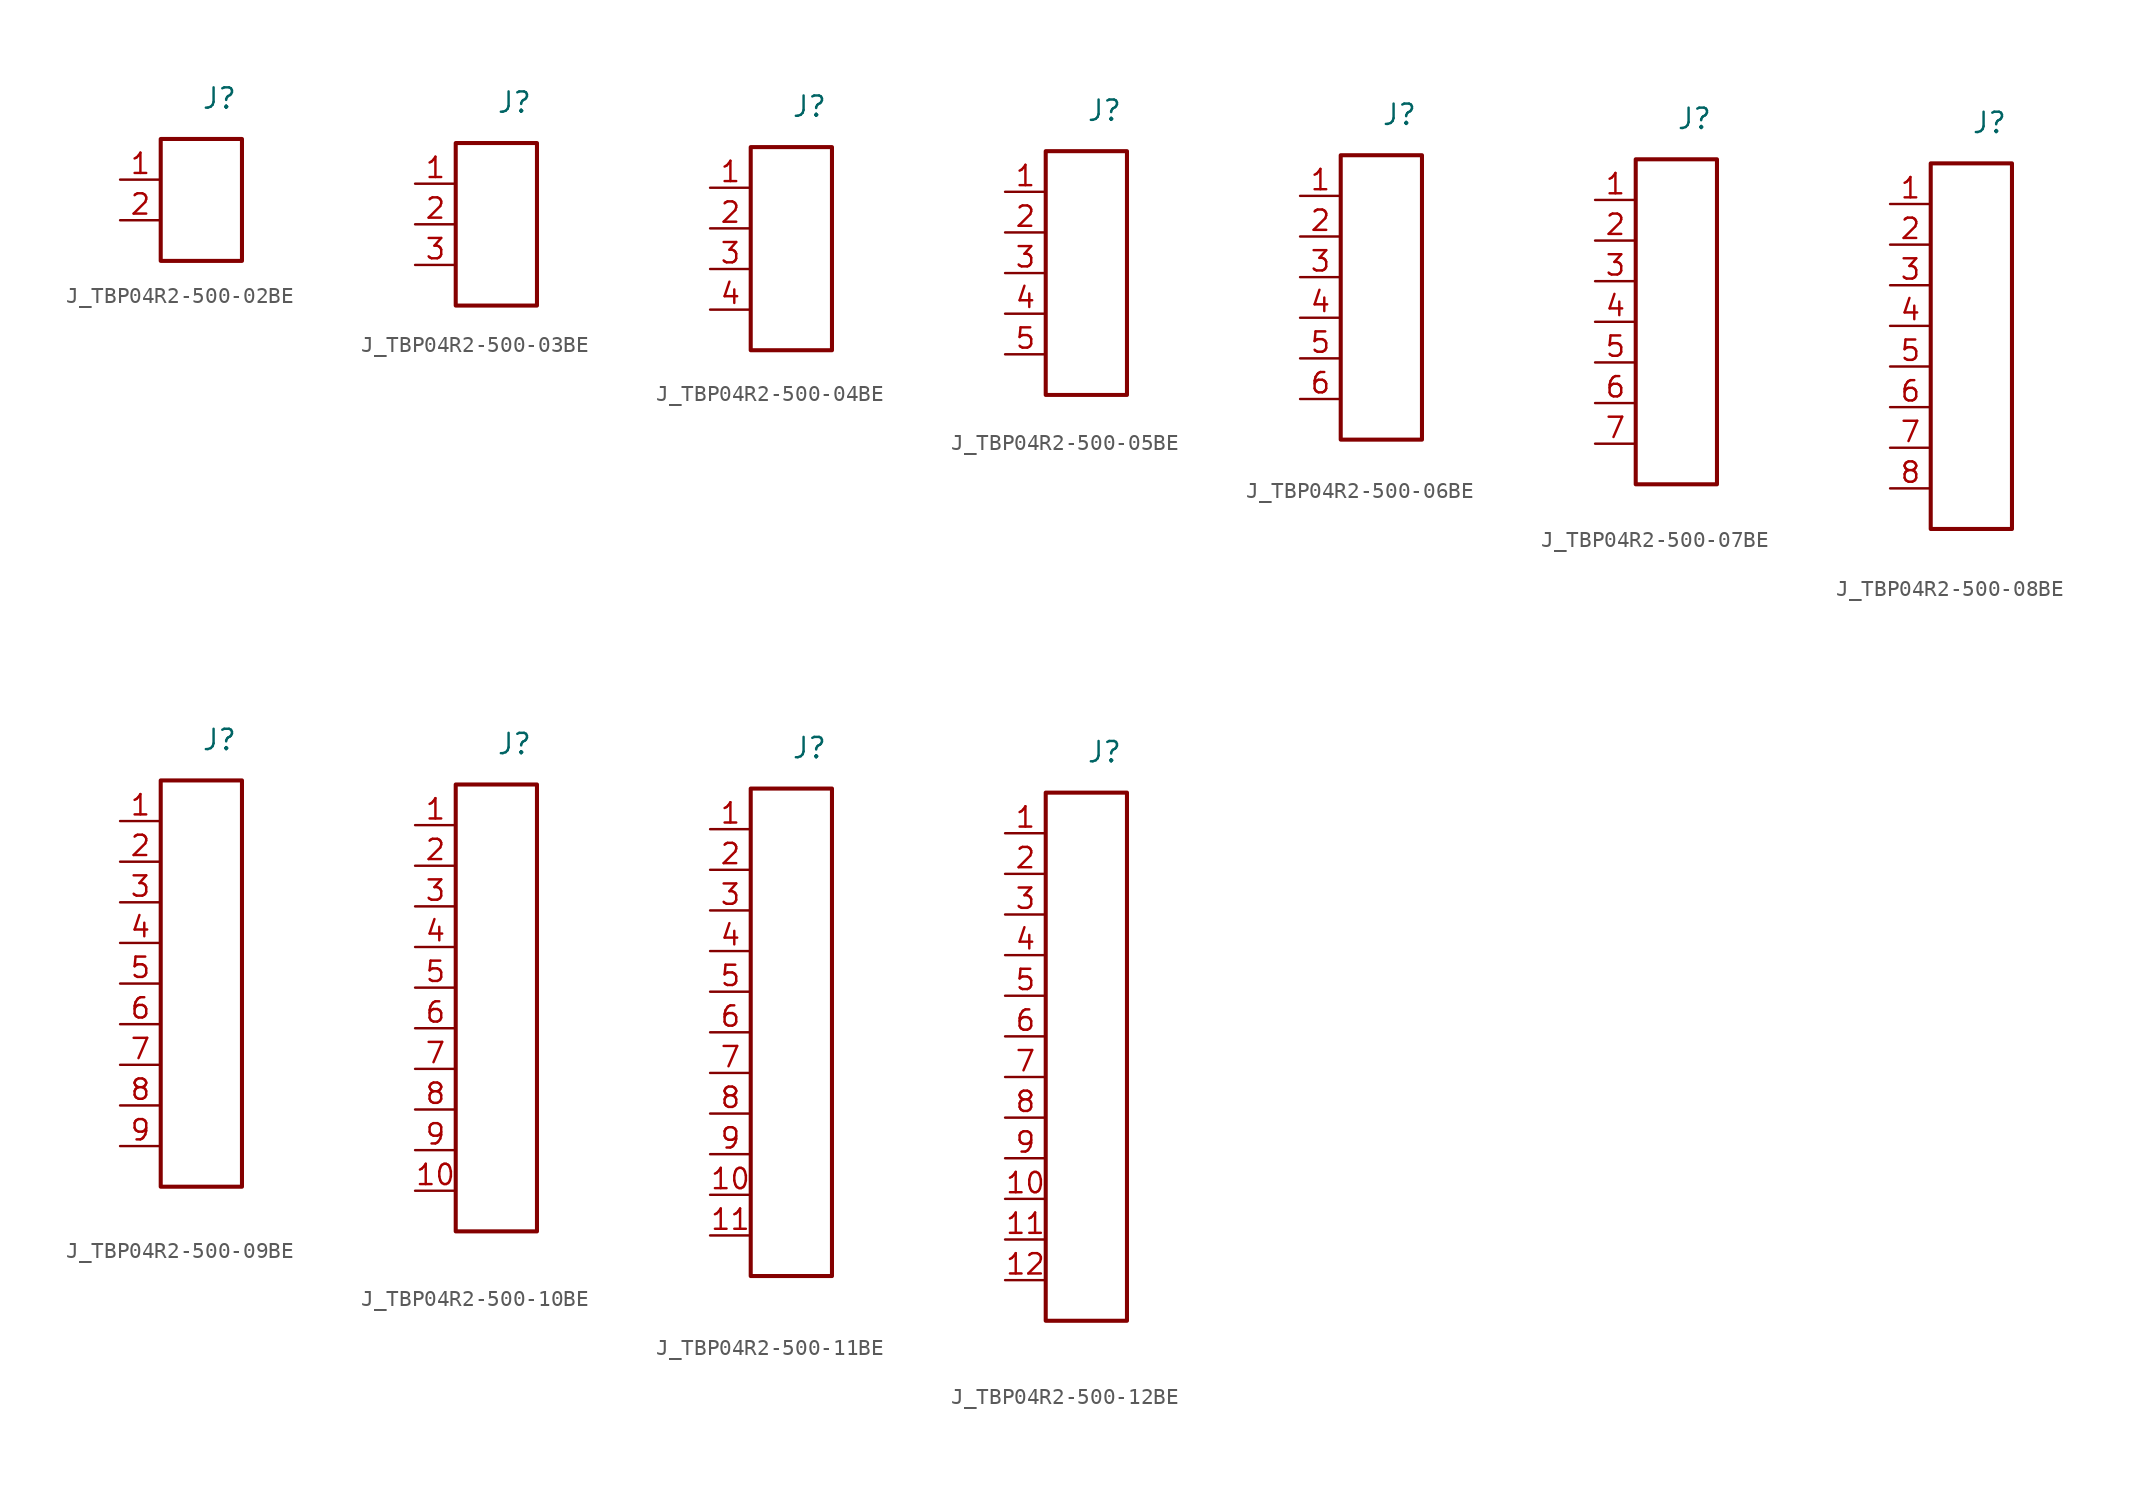
<source format=kicad_sym>
(kicad_symbol_lib
  (version 20231120)
  (generator kicad_symbol_editor)
  (generator_version 8.0)
  (symbol "J_TBP04R2-500-02BE"
    (pin_names
      (offset 0.254))
    (property "Reference" "J"
      (at 0 6.35 0)
      (effects (font (size 1.27 1.27)) (justify left)))
    (symbol "J_TBP04R2-500-02BE_0_0"
      (pin unspecified line (at -5.08 1.27 0) (length 2.54) (name "" (effects (font (size 1.27 1.27)))) (number "1" (effects (font (size 1.27 1.27)))))
      (pin unspecified line (at -5.08 -1.27 0) (length 2.54) (name "" (effects (font (size 1.27 1.27)))) (number "2" (effects (font (size 1.27 1.27))))))
    (symbol "J_TBP04R2-500-02BE_1_0"
      (rectangle (start -2.54 3.81) (end 2.54 -3.81) (stroke (width 0.254) (type solid)) (fill (type none)))))
  (symbol "J_TBP04R2-500-03BE"
    (pin_names
      (offset 0.254))
    (property "Reference" "J"
      (at 0 7.62 0)
      (effects (font (size 1.27 1.27)) (justify left)))
    (symbol "J_TBP04R2-500-03BE_0_0"
      (pin unspecified line (at -5.08 2.54 0) (length 2.54) (name "" (effects (font (size 1.27 1.27)))) (number "1" (effects (font (size 1.27 1.27)))))
      (pin unspecified line (at -5.08 0.0 0) (length 2.54) (name "" (effects (font (size 1.27 1.27)))) (number "2" (effects (font (size 1.27 1.27)))))
      (pin unspecified line (at -5.08 -2.54 0) (length 2.54) (name "" (effects (font (size 1.27 1.27)))) (number "3" (effects (font (size 1.27 1.27))))))
    (symbol "J_TBP04R2-500-03BE_1_0"
      (rectangle (start -2.54 5.08) (end 2.54 -5.08) (stroke (width 0.254) (type solid)) (fill (type none)))))
  (symbol "J_TBP04R2-500-04BE"
    (pin_names
      (offset 0.254))
    (property "Reference" "J"
      (at 0 8.89 0)
      (effects (font (size 1.27 1.27)) (justify left)))
    (symbol "J_TBP04R2-500-04BE_0_0"
      (pin unspecified line (at -5.08 3.81 0) (length 2.54) (name "" (effects (font (size 1.27 1.27)))) (number "1" (effects (font (size 1.27 1.27)))))
      (pin unspecified line (at -5.08 1.27 0) (length 2.54) (name "" (effects (font (size 1.27 1.27)))) (number "2" (effects (font (size 1.27 1.27)))))
      (pin unspecified line (at -5.08 -1.27 0) (length 2.54) (name "" (effects (font (size 1.27 1.27)))) (number "3" (effects (font (size 1.27 1.27)))))
      (pin unspecified line (at -5.08 -3.81 0) (length 2.54) (name "" (effects (font (size 1.27 1.27)))) (number "4" (effects (font (size 1.27 1.27))))))
    (symbol "J_TBP04R2-500-04BE_1_0"
      (rectangle (start -2.54 6.35) (end 2.54 -6.35) (stroke (width 0.254) (type solid)) (fill (type none)))))
  (symbol "J_TBP04R2-500-05BE"
    (pin_names
      (offset 0.254))
    (property "Reference" "J"
      (at 0 10.16 0)
      (effects (font (size 1.27 1.27)) (justify left)))
    (symbol "J_TBP04R2-500-05BE_0_0"
      (pin unspecified line (at -5.08 5.08 0) (length 2.54) (name "" (effects (font (size 1.27 1.27)))) (number "1" (effects (font (size 1.27 1.27)))))
      (pin unspecified line (at -5.08 2.54 0) (length 2.54) (name "" (effects (font (size 1.27 1.27)))) (number "2" (effects (font (size 1.27 1.27)))))
      (pin unspecified line (at -5.08 0.0 0) (length 2.54) (name "" (effects (font (size 1.27 1.27)))) (number "3" (effects (font (size 1.27 1.27)))))
      (pin unspecified line (at -5.08 -2.54 0) (length 2.54) (name "" (effects (font (size 1.27 1.27)))) (number "4" (effects (font (size 1.27 1.27)))))
      (pin unspecified line (at -5.08 -5.08 0) (length 2.54) (name "" (effects (font (size 1.27 1.27)))) (number "5" (effects (font (size 1.27 1.27))))))
    (symbol "J_TBP04R2-500-05BE_1_0"
      (rectangle (start -2.54 7.62) (end 2.54 -7.62) (stroke (width 0.254) (type solid)) (fill (type none)))))
  (symbol "J_TBP04R2-500-06BE"
    (pin_names
      (offset 0.254))
    (property "Reference" "J"
      (at 0 11.43 0)
      (effects (font (size 1.27 1.27)) (justify left)))
    (symbol "J_TBP04R2-500-06BE_0_0"
      (pin unspecified line (at -5.08 6.35 0) (length 2.54) (name "" (effects (font (size 1.27 1.27)))) (number "1" (effects (font (size 1.27 1.27)))))
      (pin unspecified line (at -5.08 3.81 0) (length 2.54) (name "" (effects (font (size 1.27 1.27)))) (number "2" (effects (font (size 1.27 1.27)))))
      (pin unspecified line (at -5.08 1.27 0) (length 2.54) (name "" (effects (font (size 1.27 1.27)))) (number "3" (effects (font (size 1.27 1.27)))))
      (pin unspecified line (at -5.08 -1.27 0) (length 2.54) (name "" (effects (font (size 1.27 1.27)))) (number "4" (effects (font (size 1.27 1.27)))))
      (pin unspecified line (at -5.08 -3.81 0) (length 2.54) (name "" (effects (font (size 1.27 1.27)))) (number "5" (effects (font (size 1.27 1.27)))))
      (pin unspecified line (at -5.08 -6.35 0) (length 2.54) (name "" (effects (font (size 1.27 1.27)))) (number "6" (effects (font (size 1.27 1.27))))))
    (symbol "J_TBP04R2-500-06BE_1_0"
      (rectangle (start -2.54 8.89) (end 2.54 -8.89) (stroke (width 0.254) (type solid)) (fill (type none)))))
  (symbol "J_TBP04R2-500-07BE"
    (pin_names
      (offset 0.254))
    (property "Reference" "J"
      (at 0 12.7 0)
      (effects (font (size 1.27 1.27)) (justify left)))
    (symbol "J_TBP04R2-500-07BE_0_0"
      (pin unspecified line (at -5.08 7.62 0) (length 2.54) (name "" (effects (font (size 1.27 1.27)))) (number "1" (effects (font (size 1.27 1.27)))))
      (pin unspecified line (at -5.08 5.08 0) (length 2.54) (name "" (effects (font (size 1.27 1.27)))) (number "2" (effects (font (size 1.27 1.27)))))
      (pin unspecified line (at -5.08 2.54 0) (length 2.54) (name "" (effects (font (size 1.27 1.27)))) (number "3" (effects (font (size 1.27 1.27)))))
      (pin unspecified line (at -5.08 0.0 0) (length 2.54) (name "" (effects (font (size 1.27 1.27)))) (number "4" (effects (font (size 1.27 1.27)))))
      (pin unspecified line (at -5.08 -2.54 0) (length 2.54) (name "" (effects (font (size 1.27 1.27)))) (number "5" (effects (font (size 1.27 1.27)))))
      (pin unspecified line (at -5.08 -5.08 0) (length 2.54) (name "" (effects (font (size 1.27 1.27)))) (number "6" (effects (font (size 1.27 1.27)))))
      (pin unspecified line (at -5.08 -7.62 0) (length 2.54) (name "" (effects (font (size 1.27 1.27)))) (number "7" (effects (font (size 1.27 1.27))))))
    (symbol "J_TBP04R2-500-07BE_1_0"
      (rectangle (start -2.54 10.16) (end 2.54 -10.16) (stroke (width 0.254) (type solid)) (fill (type none)))))
  (symbol "J_TBP04R2-500-08BE"
    (pin_names
      (offset 0.254))
    (property "Reference" "J"
      (at 0 13.97 0)
      (effects (font (size 1.27 1.27)) (justify left)))
    (symbol "J_TBP04R2-500-08BE_0_0"
      (pin unspecified line (at -5.08 8.89 0) (length 2.54) (name "" (effects (font (size 1.27 1.27)))) (number "1" (effects (font (size 1.27 1.27)))))
      (pin unspecified line (at -5.08 6.35 0) (length 2.54) (name "" (effects (font (size 1.27 1.27)))) (number "2" (effects (font (size 1.27 1.27)))))
      (pin unspecified line (at -5.08 3.81 0) (length 2.54) (name "" (effects (font (size 1.27 1.27)))) (number "3" (effects (font (size 1.27 1.27)))))
      (pin unspecified line (at -5.08 1.27 0) (length 2.54) (name "" (effects (font (size 1.27 1.27)))) (number "4" (effects (font (size 1.27 1.27)))))
      (pin unspecified line (at -5.08 -1.27 0) (length 2.54) (name "" (effects (font (size 1.27 1.27)))) (number "5" (effects (font (size 1.27 1.27)))))
      (pin unspecified line (at -5.08 -3.81 0) (length 2.54) (name "" (effects (font (size 1.27 1.27)))) (number "6" (effects (font (size 1.27 1.27)))))
      (pin unspecified line (at -5.08 -6.35 0) (length 2.54) (name "" (effects (font (size 1.27 1.27)))) (number "7" (effects (font (size 1.27 1.27)))))
      (pin unspecified line (at -5.08 -8.89 0) (length 2.54) (name "" (effects (font (size 1.27 1.27)))) (number "8" (effects (font (size 1.27 1.27))))))
    (symbol "J_TBP04R2-500-08BE_1_0"
      (rectangle (start -2.54 11.43) (end 2.54 -11.43) (stroke (width 0.254) (type solid)) (fill (type none)))))
  (symbol "J_TBP04R2-500-09BE"
    (pin_names
      (offset 0.254))
    (property "Reference" "J"
      (at 0 15.24 0)
      (effects (font (size 1.27 1.27)) (justify left)))
    (symbol "J_TBP04R2-500-09BE_0_0"
      (pin unspecified line (at -5.08 10.16 0) (length 2.54) (name "" (effects (font (size 1.27 1.27)))) (number "1" (effects (font (size 1.27 1.27)))))
      (pin unspecified line (at -5.08 7.62 0) (length 2.54) (name "" (effects (font (size 1.27 1.27)))) (number "2" (effects (font (size 1.27 1.27)))))
      (pin unspecified line (at -5.08 5.08 0) (length 2.54) (name "" (effects (font (size 1.27 1.27)))) (number "3" (effects (font (size 1.27 1.27)))))
      (pin unspecified line (at -5.08 2.54 0) (length 2.54) (name "" (effects (font (size 1.27 1.27)))) (number "4" (effects (font (size 1.27 1.27)))))
      (pin unspecified line (at -5.08 0.0 0) (length 2.54) (name "" (effects (font (size 1.27 1.27)))) (number "5" (effects (font (size 1.27 1.27)))))
      (pin unspecified line (at -5.08 -2.54 0) (length 2.54) (name "" (effects (font (size 1.27 1.27)))) (number "6" (effects (font (size 1.27 1.27)))))
      (pin unspecified line (at -5.08 -5.08 0) (length 2.54) (name "" (effects (font (size 1.27 1.27)))) (number "7" (effects (font (size 1.27 1.27)))))
      (pin unspecified line (at -5.08 -7.62 0) (length 2.54) (name "" (effects (font (size 1.27 1.27)))) (number "8" (effects (font (size 1.27 1.27)))))
      (pin unspecified line (at -5.08 -10.16 0) (length 2.54) (name "" (effects (font (size 1.27 1.27)))) (number "9" (effects (font (size 1.27 1.27))))))
    (symbol "J_TBP04R2-500-09BE_1_0"
      (rectangle (start -2.54 12.7) (end 2.54 -12.7) (stroke (width 0.254) (type solid)) (fill (type none)))))
  (symbol "J_TBP04R2-500-10BE"
    (pin_names
      (offset 0.254))
    (property "Reference" "J"
      (at 0 16.51 0)
      (effects (font (size 1.27 1.27)) (justify left)))
    (symbol "J_TBP04R2-500-10BE_0_0"
      (pin unspecified line (at -5.08 11.43 0) (length 2.54) (name "" (effects (font (size 1.27 1.27)))) (number "1" (effects (font (size 1.27 1.27)))))
      (pin unspecified line (at -5.08 8.89 0) (length 2.54) (name "" (effects (font (size 1.27 1.27)))) (number "2" (effects (font (size 1.27 1.27)))))
      (pin unspecified line (at -5.08 6.35 0) (length 2.54) (name "" (effects (font (size 1.27 1.27)))) (number "3" (effects (font (size 1.27 1.27)))))
      (pin unspecified line (at -5.08 3.81 0) (length 2.54) (name "" (effects (font (size 1.27 1.27)))) (number "4" (effects (font (size 1.27 1.27)))))
      (pin unspecified line (at -5.08 1.27 0) (length 2.54) (name "" (effects (font (size 1.27 1.27)))) (number "5" (effects (font (size 1.27 1.27)))))
      (pin unspecified line (at -5.08 -1.27 0) (length 2.54) (name "" (effects (font (size 1.27 1.27)))) (number "6" (effects (font (size 1.27 1.27)))))
      (pin unspecified line (at -5.08 -3.81 0) (length 2.54) (name "" (effects (font (size 1.27 1.27)))) (number "7" (effects (font (size 1.27 1.27)))))
      (pin unspecified line (at -5.08 -6.35 0) (length 2.54) (name "" (effects (font (size 1.27 1.27)))) (number "8" (effects (font (size 1.27 1.27)))))
      (pin unspecified line (at -5.08 -8.89 0) (length 2.54) (name "" (effects (font (size 1.27 1.27)))) (number "9" (effects (font (size 1.27 1.27)))))
      (pin unspecified line (at -5.08 -11.43 0) (length 2.54) (name "" (effects (font (size 1.27 1.27)))) (number "10" (effects (font (size 1.27 1.27))))))
    (symbol "J_TBP04R2-500-10BE_1_0"
      (rectangle (start -2.54 13.97) (end 2.54 -13.97) (stroke (width 0.254) (type solid)) (fill (type none)))))
  (symbol "J_TBP04R2-500-11BE"
    (pin_names
      (offset 0.254))
    (property "Reference" "J"
      (at 0 17.78 0)
      (effects (font (size 1.27 1.27)) (justify left)))
    (symbol "J_TBP04R2-500-11BE_0_0"
      (pin unspecified line (at -5.08 12.7 0) (length 2.54) (name "" (effects (font (size 1.27 1.27)))) (number "1" (effects (font (size 1.27 1.27)))))
      (pin unspecified line (at -5.08 10.16 0) (length 2.54) (name "" (effects (font (size 1.27 1.27)))) (number "2" (effects (font (size 1.27 1.27)))))
      (pin unspecified line (at -5.08 7.62 0) (length 2.54) (name "" (effects (font (size 1.27 1.27)))) (number "3" (effects (font (size 1.27 1.27)))))
      (pin unspecified line (at -5.08 5.08 0) (length 2.54) (name "" (effects (font (size 1.27 1.27)))) (number "4" (effects (font (size 1.27 1.27)))))
      (pin unspecified line (at -5.08 2.54 0) (length 2.54) (name "" (effects (font (size 1.27 1.27)))) (number "5" (effects (font (size 1.27 1.27)))))
      (pin unspecified line (at -5.08 0.0 0) (length 2.54) (name "" (effects (font (size 1.27 1.27)))) (number "6" (effects (font (size 1.27 1.27)))))
      (pin unspecified line (at -5.08 -2.54 0) (length 2.54) (name "" (effects (font (size 1.27 1.27)))) (number "7" (effects (font (size 1.27 1.27)))))
      (pin unspecified line (at -5.08 -5.08 0) (length 2.54) (name "" (effects (font (size 1.27 1.27)))) (number "8" (effects (font (size 1.27 1.27)))))
      (pin unspecified line (at -5.08 -7.62 0) (length 2.54) (name "" (effects (font (size 1.27 1.27)))) (number "9" (effects (font (size 1.27 1.27)))))
      (pin unspecified line (at -5.08 -10.16 0) (length 2.54) (name "" (effects (font (size 1.27 1.27)))) (number "10" (effects (font (size 1.27 1.27)))))
      (pin unspecified line (at -5.08 -12.7 0) (length 2.54) (name "" (effects (font (size 1.27 1.27)))) (number "11" (effects (font (size 1.27 1.27))))))
    (symbol "J_TBP04R2-500-11BE_1_0"
      (rectangle (start -2.54 15.24) (end 2.54 -15.24) (stroke (width 0.254) (type solid)) (fill (type none)))))
  (symbol "J_TBP04R2-500-12BE"
    (pin_names
      (offset 0.254))
    (property "Reference" "J"
      (at 0 19.05 0)
      (effects (font (size 1.27 1.27)) (justify left)))
    (symbol "J_TBP04R2-500-12BE_0_0"
      (pin unspecified line (at -5.08 13.97 0) (length 2.54) (name "" (effects (font (size 1.27 1.27)))) (number "1" (effects (font (size 1.27 1.27)))))
      (pin unspecified line (at -5.08 11.43 0) (length 2.54) (name "" (effects (font (size 1.27 1.27)))) (number "2" (effects (font (size 1.27 1.27)))))
      (pin unspecified line (at -5.08 8.89 0) (length 2.54) (name "" (effects (font (size 1.27 1.27)))) (number "3" (effects (font (size 1.27 1.27)))))
      (pin unspecified line (at -5.08 6.35 0) (length 2.54) (name "" (effects (font (size 1.27 1.27)))) (number "4" (effects (font (size 1.27 1.27)))))
      (pin unspecified line (at -5.08 3.81 0) (length 2.54) (name "" (effects (font (size 1.27 1.27)))) (number "5" (effects (font (size 1.27 1.27)))))
      (pin unspecified line (at -5.08 1.27 0) (length 2.54) (name "" (effects (font (size 1.27 1.27)))) (number "6" (effects (font (size 1.27 1.27)))))
      (pin unspecified line (at -5.08 -1.27 0) (length 2.54) (name "" (effects (font (size 1.27 1.27)))) (number "7" (effects (font (size 1.27 1.27)))))
      (pin unspecified line (at -5.08 -3.81 0) (length 2.54) (name "" (effects (font (size 1.27 1.27)))) (number "8" (effects (font (size 1.27 1.27)))))
      (pin unspecified line (at -5.08 -6.35 0) (length 2.54) (name "" (effects (font (size 1.27 1.27)))) (number "9" (effects (font (size 1.27 1.27)))))
      (pin unspecified line (at -5.08 -8.89 0) (length 2.54) (name "" (effects (font (size 1.27 1.27)))) (number "10" (effects (font (size 1.27 1.27)))))
      (pin unspecified line (at -5.08 -11.43 0) (length 2.54) (name "" (effects (font (size 1.27 1.27)))) (number "11" (effects (font (size 1.27 1.27)))))
      (pin unspecified line (at -5.08 -13.97 0) (length 2.54) (name "" (effects (font (size 1.27 1.27)))) (number "12" (effects (font (size 1.27 1.27))))))
    (symbol "J_TBP04R2-500-12BE_1_0"
      (rectangle (start -2.54 16.51) (end 2.54 -16.51) (stroke (width 0.254) (type solid)) (fill (type none))))))
</source>
